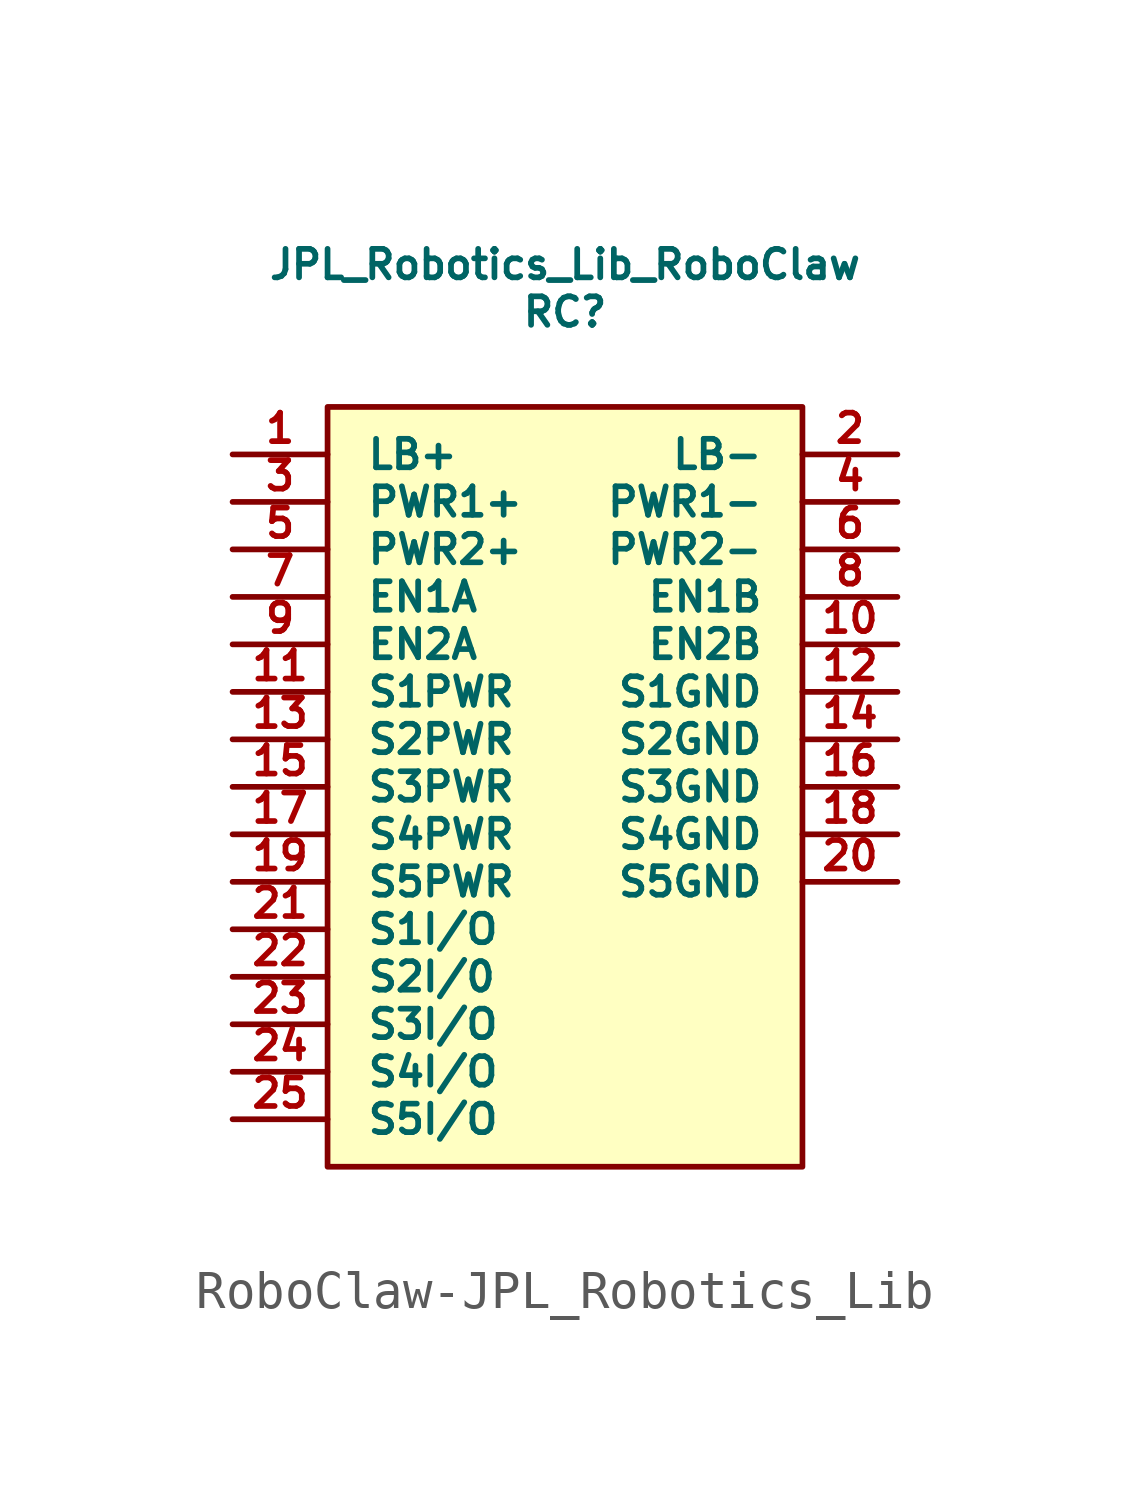
<source format=kicad_sym>
(kicad_symbol_lib
  (version 20231120)
  (generator "kicad_symbol_editor")
  (generator_version "8.0")
  (symbol "RoboClaw-JPL_Robotics_Lib"
    (pin_names
      (offset 1.016))
    (property "Reference" "RC"
      (at 6.35 22.86 0)
      (effects (font (size 0.762 0.762))))
    (property "Value" "JPL_Robotics_Lib_RoboClaw"
      (at 6.35 24.13 0)
      (effects (font (size 0.762 0.762))))
    (symbol "RoboClaw-JPL_Robotics_Lib_0_1"
      (rectangle (start 0 0) (end 12.7 20.32) (stroke (width 0) (type solid)) (fill (type background))))
    (symbol "RoboClaw-JPL_Robotics_Lib_1_1"
      (pin power_in line (at -2.54 19.05 0) (length 2.54) (name "LB+" (effects (font (size 0.762 0.762)))) (number "1" (effects (font (size 0.762 0.762)))))
      (pin input line (at 15.24 13.97 180) (length 2.54) (name "EN2B" (effects (font (size 0.762 0.762)))) (number "10" (effects (font (size 0.762 0.762)))))
      (pin power_in line (at -2.54 12.7 0) (length 2.54) (name "S1PWR" (effects (font (size 0.762 0.762)))) (number "11" (effects (font (size 0.762 0.762)))))
      (pin power_in line (at 15.24 12.7 180) (length 2.54) (name "S1GND" (effects (font (size 0.762 0.762)))) (number "12" (effects (font (size 0.762 0.762)))))
      (pin power_in line (at -2.54 11.43 0) (length 2.54) (name "S2PWR" (effects (font (size 0.762 0.762)))) (number "13" (effects (font (size 0.762 0.762)))))
      (pin power_in line (at 15.24 11.43 180) (length 2.54) (name "S2GND" (effects (font (size 0.762 0.762)))) (number "14" (effects (font (size 0.762 0.762)))))
      (pin power_in line (at -2.54 10.16 0) (length 2.54) (name "S3PWR" (effects (font (size 0.762 0.762)))) (number "15" (effects (font (size 0.762 0.762)))))
      (pin power_in line (at 15.24 10.16 180) (length 2.54) (name "S3GND" (effects (font (size 0.762 0.762)))) (number "16" (effects (font (size 0.762 0.762)))))
      (pin power_in line (at -2.54 8.89 0) (length 2.54) (name "S4PWR" (effects (font (size 0.762 0.762)))) (number "17" (effects (font (size 0.762 0.762)))))
      (pin power_in line (at 15.24 8.89 180) (length 2.54) (name "S4GND" (effects (font (size 0.762 0.762)))) (number "18" (effects (font (size 0.762 0.762)))))
      (pin power_in line (at -2.54 7.62 0) (length 2.54) (name "S5PWR" (effects (font (size 0.762 0.762)))) (number "19" (effects (font (size 0.762 0.762)))))
      (pin power_in line (at 15.24 19.05 180) (length 2.54) (name "LB-" (effects (font (size 0.762 0.762)))) (number "2" (effects (font (size 0.762 0.762)))))
      (pin power_in line (at 15.24 7.62 180) (length 2.54) (name "S5GND" (effects (font (size 0.762 0.762)))) (number "20" (effects (font (size 0.762 0.762)))))
      (pin bidirectional line (at -2.54 6.35 0) (length 2.54) (name "S1I/O" (effects (font (size 0.762 0.762)))) (number "21" (effects (font (size 0.762 0.762)))))
      (pin bidirectional line (at -2.54 5.08 0) (length 2.54) (name "S2I/0" (effects (font (size 0.762 0.762)))) (number "22" (effects (font (size 0.762 0.762)))))
      (pin bidirectional line (at -2.54 3.81 0) (length 2.54) (name "S3I/O" (effects (font (size 0.762 0.762)))) (number "23" (effects (font (size 0.762 0.762)))))
      (pin bidirectional line (at -2.54 2.54 0) (length 2.54) (name "S4I/O" (effects (font (size 0.762 0.762)))) (number "24" (effects (font (size 0.762 0.762)))))
      (pin bidirectional line (at -2.54 1.27 0) (length 2.54) (name "S5I/O" (effects (font (size 0.762 0.762)))) (number "25" (effects (font (size 0.762 0.762)))))
      (pin power_in line (at -2.54 17.78 0) (length 2.54) (name "PWR1+" (effects (font (size 0.762 0.762)))) (number "3" (effects (font (size 0.762 0.762)))))
      (pin power_in line (at 15.24 17.78 180) (length 2.54) (name "PWR1-" (effects (font (size 0.762 0.762)))) (number "4" (effects (font (size 0.762 0.762)))))
      (pin power_in line (at -2.54 16.51 0) (length 2.54) (name "PWR2+" (effects (font (size 0.762 0.762)))) (number "5" (effects (font (size 0.762 0.762)))))
      (pin power_in line (at 15.24 16.51 180) (length 2.54) (name "PWR2-" (effects (font (size 0.762 0.762)))) (number "6" (effects (font (size 0.762 0.762)))))
      (pin input line (at -2.54 15.24 0) (length 2.54) (name "EN1A" (effects (font (size 0.762 0.762)))) (number "7" (effects (font (size 0.762 0.762)))))
      (pin input line (at 15.24 15.24 180) (length 2.54) (name "EN1B" (effects (font (size 0.762 0.762)))) (number "8" (effects (font (size 0.762 0.762)))))
      (pin input line (at -2.54 13.97 0) (length 2.54) (name "EN2A" (effects (font (size 0.762 0.762)))) (number "9" (effects (font (size 0.762 0.762))))))))
</source>
